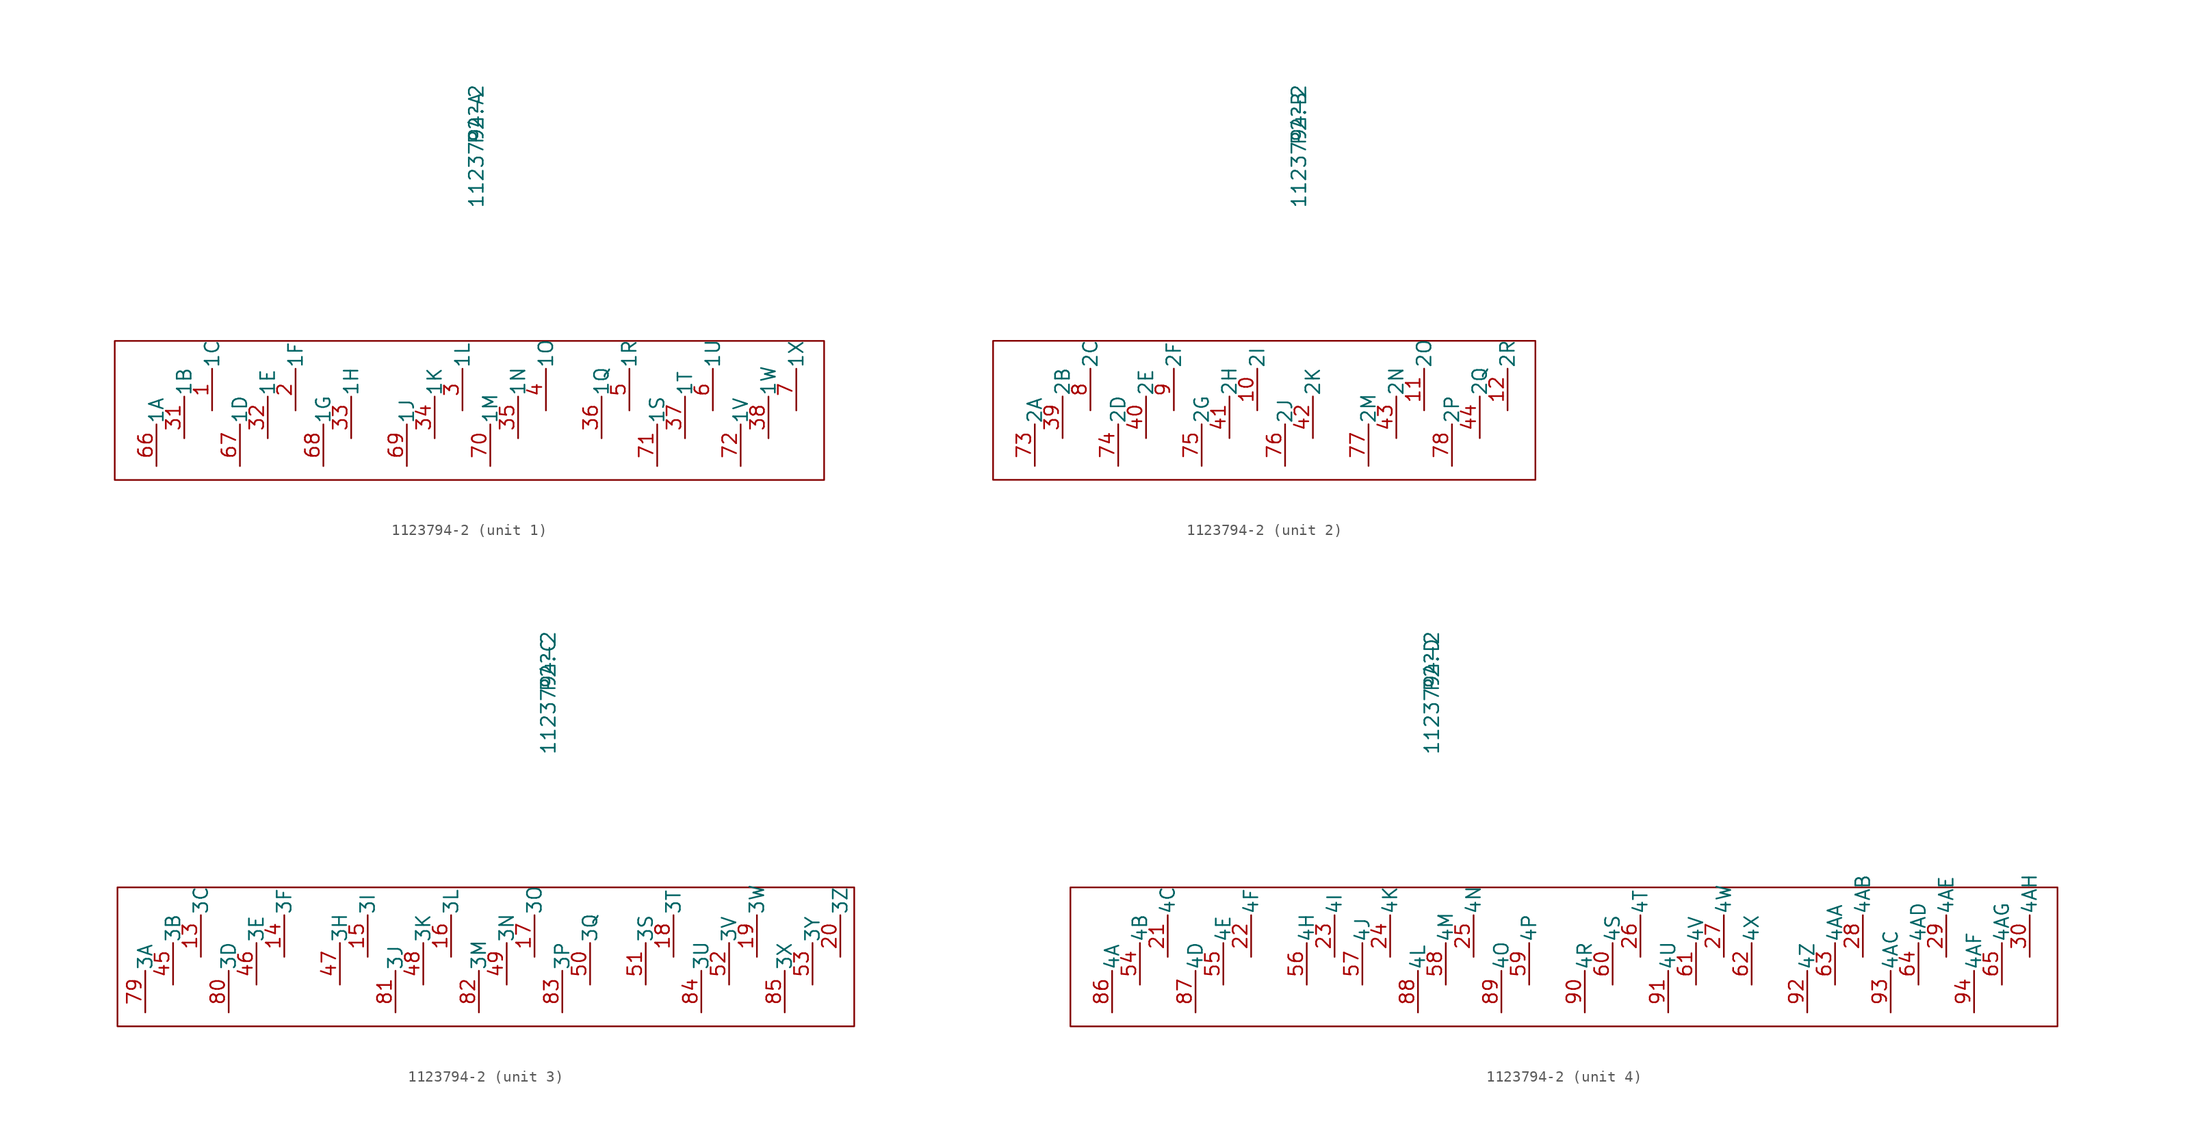
<source format=kicad_sym>
(kicad_symbol_lib
  (version 20211014)
  (generator kicad_symbol_editor)
  (symbol "1123794-2"
    (pin_names
      (offset 0.025))
    (property "Reference" "P2"
      (at 3.81 22.86 90)
      (effects (font (size 1.27 1.27))))
    (property "Value" "1123794-2"
      (at 3.81 20.32 90)
      (effects (font (size 1.27 1.27))))
    (symbol "1123794-2_1_0"
      (rectangle (start -29.21 2.54) (end 35.56 -10.16) (stroke (width 0) (type default) (color 0 0 0 0)) (fill (type none))))
    (symbol "1123794-2_1_1"
      (pin passive line (at -20.32 -3.81 90) (length 3.81) (name "1C" (effects (font (size 1.27 1.27)))) (number "1" (effects (font (size 1.27 1.27)))))
      (pin passive line (at -12.7 -3.81 90) (length 3.81) (name "1F" (effects (font (size 1.27 1.27)))) (number "2" (effects (font (size 1.27 1.27)))))
      (pin passive line (at 2.54 -3.81 90) (length 3.81) (name "1L" (effects (font (size 1.27 1.27)))) (number "3" (effects (font (size 1.27 1.27)))))
      (pin passive line (at -22.86 -6.35 90) (length 3.81) (name "1B" (effects (font (size 1.27 1.27)))) (number "31" (effects (font (size 1.27 1.27)))))
      (pin passive line (at -15.24 -6.35 90) (length 3.81) (name "1E" (effects (font (size 1.27 1.27)))) (number "32" (effects (font (size 1.27 1.27)))))
      (pin passive line (at -7.62 -6.35 90) (length 3.81) (name "1H" (effects (font (size 1.27 1.27)))) (number "33" (effects (font (size 1.27 1.27)))))
      (pin passive line (at 0 -6.35 90) (length 3.81) (name "1K" (effects (font (size 1.27 1.27)))) (number "34" (effects (font (size 1.27 1.27)))))
      (pin passive line (at 7.62 -6.35 90) (length 3.81) (name "1N" (effects (font (size 1.27 1.27)))) (number "35" (effects (font (size 1.27 1.27)))))
      (pin passive line (at 15.24 -6.35 90) (length 3.81) (name "1Q" (effects (font (size 1.27 1.27)))) (number "36" (effects (font (size 1.27 1.27)))))
      (pin passive line (at 22.86 -6.35 90) (length 3.81) (name "1T" (effects (font (size 1.27 1.27)))) (number "37" (effects (font (size 1.27 1.27)))))
      (pin passive line (at 30.48 -6.35 90) (length 3.81) (name "1W" (effects (font (size 1.27 1.27)))) (number "38" (effects (font (size 1.27 1.27)))))
      (pin passive line (at 10.16 -3.81 90) (length 3.81) (name "1O" (effects (font (size 1.27 1.27)))) (number "4" (effects (font (size 1.27 1.27)))))
      (pin passive line (at 17.78 -3.81 90) (length 3.81) (name "1R" (effects (font (size 1.27 1.27)))) (number "5" (effects (font (size 1.27 1.27)))))
      (pin passive line (at 25.4 -3.81 90) (length 3.81) (name "1U" (effects (font (size 1.27 1.27)))) (number "6" (effects (font (size 1.27 1.27)))))
      (pin passive line (at -25.4 -8.89 90) (length 3.81) (name "1A" (effects (font (size 1.27 1.27)))) (number "66" (effects (font (size 1.27 1.27)))))
      (pin passive line (at -17.78 -8.89 90) (length 3.81) (name "1D" (effects (font (size 1.27 1.27)))) (number "67" (effects (font (size 1.27 1.27)))))
      (pin passive line (at -10.16 -8.89 90) (length 3.81) (name "1G" (effects (font (size 1.27 1.27)))) (number "68" (effects (font (size 1.27 1.27)))))
      (pin passive line (at -2.54 -8.89 90) (length 3.81) (name "1J" (effects (font (size 1.27 1.27)))) (number "69" (effects (font (size 1.27 1.27)))))
      (pin passive line (at 33.02 -3.81 90) (length 3.81) (name "1X" (effects (font (size 1.27 1.27)))) (number "7" (effects (font (size 1.27 1.27)))))
      (pin passive line (at 5.08 -8.89 90) (length 3.81) (name "1M" (effects (font (size 1.27 1.27)))) (number "70" (effects (font (size 1.27 1.27)))))
      (pin passive line (at 20.32 -8.89 90) (length 3.81) (name "1S" (effects (font (size 1.27 1.27)))) (number "71" (effects (font (size 1.27 1.27)))))
      (pin passive line (at 27.94 -8.89 90) (length 3.81) (name "1V" (effects (font (size 1.27 1.27)))) (number "72" (effects (font (size 1.27 1.27))))))
    (symbol "1123794-2_2_0"
      (rectangle (start -24.13 2.54) (end 25.4 -10.16) (stroke (width 0) (type default) (color 0 0 0 0)) (fill (type none))))
    (symbol "1123794-2_2_1"
      (pin passive line (at 0 -3.81 90) (length 3.81) (name "2I" (effects (font (size 1.27 1.27)))) (number "10" (effects (font (size 1.27 1.27)))))
      (pin passive line (at 15.24 -3.81 90) (length 3.81) (name "2O" (effects (font (size 1.27 1.27)))) (number "11" (effects (font (size 1.27 1.27)))))
      (pin passive line (at 22.86 -3.81 90) (length 3.81) (name "2R" (effects (font (size 1.27 1.27)))) (number "12" (effects (font (size 1.27 1.27)))))
      (pin passive line (at -17.78 -6.35 90) (length 3.81) (name "2B" (effects (font (size 1.27 1.27)))) (number "39" (effects (font (size 1.27 1.27)))))
      (pin passive line (at -10.16 -6.35 90) (length 3.81) (name "2E" (effects (font (size 1.27 1.27)))) (number "40" (effects (font (size 1.27 1.27)))))
      (pin passive line (at -2.54 -6.35 90) (length 3.81) (name "2H" (effects (font (size 1.27 1.27)))) (number "41" (effects (font (size 1.27 1.27)))))
      (pin passive line (at 5.08 -6.35 90) (length 3.81) (name "2K" (effects (font (size 1.27 1.27)))) (number "42" (effects (font (size 1.27 1.27)))))
      (pin passive line (at 12.7 -6.35 90) (length 3.81) (name "2N" (effects (font (size 1.27 1.27)))) (number "43" (effects (font (size 1.27 1.27)))))
      (pin passive line (at 20.32 -6.35 90) (length 3.81) (name "2Q" (effects (font (size 1.27 1.27)))) (number "44" (effects (font (size 1.27 1.27)))))
      (pin passive line (at -20.32 -8.89 90) (length 3.81) (name "2A" (effects (font (size 1.27 1.27)))) (number "73" (effects (font (size 1.27 1.27)))))
      (pin passive line (at -12.7 -8.89 90) (length 3.81) (name "2D" (effects (font (size 1.27 1.27)))) (number "74" (effects (font (size 1.27 1.27)))))
      (pin passive line (at -5.08 -8.89 90) (length 3.81) (name "2G" (effects (font (size 1.27 1.27)))) (number "75" (effects (font (size 1.27 1.27)))))
      (pin passive line (at 2.54 -8.89 90) (length 3.81) (name "2J" (effects (font (size 1.27 1.27)))) (number "76" (effects (font (size 1.27 1.27)))))
      (pin passive line (at 10.16 -8.89 90) (length 3.81) (name "2M" (effects (font (size 1.27 1.27)))) (number "77" (effects (font (size 1.27 1.27)))))
      (pin passive line (at 17.78 -8.89 90) (length 3.81) (name "2P" (effects (font (size 1.27 1.27)))) (number "78" (effects (font (size 1.27 1.27)))))
      (pin passive line (at -15.24 -3.81 90) (length 3.81) (name "2C" (effects (font (size 1.27 1.27)))) (number "8" (effects (font (size 1.27 1.27)))))
      (pin passive line (at -7.62 -3.81 90) (length 3.81) (name "2F" (effects (font (size 1.27 1.27)))) (number "9" (effects (font (size 1.27 1.27))))))
    (symbol "1123794-2_3_0"
      (rectangle (start 31.75 -10.16) (end -35.56 2.54) (stroke (width 0) (type default) (color 0 0 0 0)) (fill (type none))))
    (symbol "1123794-2_3_1"
      (pin passive line (at -27.94 -3.81 90) (length 3.81) (name "3C" (effects (font (size 1.27 1.27)))) (number "13" (effects (font (size 1.27 1.27)))))
      (pin passive line (at -20.32 -3.81 90) (length 3.81) (name "3F" (effects (font (size 1.27 1.27)))) (number "14" (effects (font (size 1.27 1.27)))))
      (pin passive line (at -12.7 -3.81 90) (length 3.81) (name "3I" (effects (font (size 1.27 1.27)))) (number "15" (effects (font (size 1.27 1.27)))))
      (pin passive line (at -5.08 -3.81 90) (length 3.81) (name "3L" (effects (font (size 1.27 1.27)))) (number "16" (effects (font (size 1.27 1.27)))))
      (pin passive line (at 2.54 -3.81 90) (length 3.81) (name "3O" (effects (font (size 1.27 1.27)))) (number "17" (effects (font (size 1.27 1.27)))))
      (pin passive line (at 15.24 -3.81 90) (length 3.81) (name "3T" (effects (font (size 1.27 1.27)))) (number "18" (effects (font (size 1.27 1.27)))))
      (pin passive line (at 22.86 -3.81 90) (length 3.81) (name "3W" (effects (font (size 1.27 1.27)))) (number "19" (effects (font (size 1.27 1.27)))))
      (pin passive line (at 30.48 -3.81 90) (length 3.81) (name "3Z" (effects (font (size 1.27 1.27)))) (number "20" (effects (font (size 1.27 1.27)))))
      (pin passive line (at -30.48 -6.35 90) (length 3.81) (name "3B" (effects (font (size 1.27 1.27)))) (number "45" (effects (font (size 1.27 1.27)))))
      (pin passive line (at -22.86 -6.35 90) (length 3.81) (name "3E" (effects (font (size 1.27 1.27)))) (number "46" (effects (font (size 1.27 1.27)))))
      (pin passive line (at -15.24 -6.35 90) (length 3.81) (name "3H" (effects (font (size 1.27 1.27)))) (number "47" (effects (font (size 1.27 1.27)))))
      (pin passive line (at -7.62 -6.35 90) (length 3.81) (name "3K" (effects (font (size 1.27 1.27)))) (number "48" (effects (font (size 1.27 1.27)))))
      (pin passive line (at 0 -6.35 90) (length 3.81) (name "3N" (effects (font (size 1.27 1.27)))) (number "49" (effects (font (size 1.27 1.27)))))
      (pin passive line (at 7.62 -6.35 90) (length 3.81) (name "3Q" (effects (font (size 1.27 1.27)))) (number "50" (effects (font (size 1.27 1.27)))))
      (pin passive line (at 12.7 -6.35 90) (length 3.81) (name "3S" (effects (font (size 1.27 1.27)))) (number "51" (effects (font (size 1.27 1.27)))))
      (pin passive line (at 20.32 -6.35 90) (length 3.81) (name "3V" (effects (font (size 1.27 1.27)))) (number "52" (effects (font (size 1.27 1.27)))))
      (pin passive line (at 27.94 -6.35 90) (length 3.81) (name "3Y" (effects (font (size 1.27 1.27)))) (number "53" (effects (font (size 1.27 1.27)))))
      (pin passive line (at -33.02 -8.89 90) (length 3.81) (name "3A" (effects (font (size 1.27 1.27)))) (number "79" (effects (font (size 1.27 1.27)))))
      (pin passive line (at -25.4 -8.89 90) (length 3.81) (name "3D" (effects (font (size 1.27 1.27)))) (number "80" (effects (font (size 1.27 1.27)))))
      (pin passive line (at -10.16 -8.89 90) (length 3.81) (name "3J" (effects (font (size 1.27 1.27)))) (number "81" (effects (font (size 1.27 1.27)))))
      (pin passive line (at -2.54 -8.89 90) (length 3.81) (name "3M" (effects (font (size 1.27 1.27)))) (number "82" (effects (font (size 1.27 1.27)))))
      (pin passive line (at 5.08 -8.89 90) (length 3.81) (name "3P" (effects (font (size 1.27 1.27)))) (number "83" (effects (font (size 1.27 1.27)))))
      (pin passive line (at 17.78 -8.89 90) (length 3.81) (name "3U" (effects (font (size 1.27 1.27)))) (number "84" (effects (font (size 1.27 1.27)))))
      (pin passive line (at 25.4 -8.89 90) (length 3.81) (name "3X" (effects (font (size 1.27 1.27)))) (number "85" (effects (font (size 1.27 1.27))))))
    (symbol "1123794-2_4_0"
      (rectangle (start -29.21 2.54) (end 60.96 -10.16) (stroke (width 0) (type default) (color 0 0 0 0)) (fill (type none))))
    (symbol "1123794-2_4_1"
      (pin passive line (at -20.32 -3.81 90) (length 3.81) (name "4C" (effects (font (size 1.27 1.27)))) (number "21" (effects (font (size 1.27 1.27)))))
      (pin passive line (at -12.7 -3.81 90) (length 3.81) (name "4F" (effects (font (size 1.27 1.27)))) (number "22" (effects (font (size 1.27 1.27)))))
      (pin passive line (at -5.08 -3.81 90) (length 3.81) (name "4I" (effects (font (size 1.27 1.27)))) (number "23" (effects (font (size 1.27 1.27)))))
      (pin passive line (at 0 -3.81 90) (length 3.81) (name "4K" (effects (font (size 1.27 1.27)))) (number "24" (effects (font (size 1.27 1.27)))))
      (pin passive line (at 7.62 -3.81 90) (length 3.81) (name "4N" (effects (font (size 1.27 1.27)))) (number "25" (effects (font (size 1.27 1.27)))))
      (pin passive line (at 22.86 -3.81 90) (length 3.81) (name "4T" (effects (font (size 1.27 1.27)))) (number "26" (effects (font (size 1.27 1.27)))))
      (pin passive line (at 30.48 -3.81 90) (length 3.81) (name "4W" (effects (font (size 1.27 1.27)))) (number "27" (effects (font (size 1.27 1.27)))))
      (pin passive line (at 43.18 -3.81 90) (length 3.81) (name "4AB" (effects (font (size 1.27 1.27)))) (number "28" (effects (font (size 1.27 1.27)))))
      (pin passive line (at 50.8 -3.81 90) (length 3.81) (name "4AE" (effects (font (size 1.27 1.27)))) (number "29" (effects (font (size 1.27 1.27)))))
      (pin passive line (at 58.42 -3.81 90) (length 3.81) (name "4AH" (effects (font (size 1.27 1.27)))) (number "30" (effects (font (size 1.27 1.27)))))
      (pin passive line (at -22.86 -6.35 90) (length 3.81) (name "4B" (effects (font (size 1.27 1.27)))) (number "54" (effects (font (size 1.27 1.27)))))
      (pin passive line (at -15.24 -6.35 90) (length 3.81) (name "4E" (effects (font (size 1.27 1.27)))) (number "55" (effects (font (size 1.27 1.27)))))
      (pin passive line (at -7.62 -6.35 90) (length 3.81) (name "4H" (effects (font (size 1.27 1.27)))) (number "56" (effects (font (size 1.27 1.27)))))
      (pin passive line (at -2.54 -6.35 90) (length 3.81) (name "4J" (effects (font (size 1.27 1.27)))) (number "57" (effects (font (size 1.27 1.27)))))
      (pin passive line (at 5.08 -6.35 90) (length 3.81) (name "4M" (effects (font (size 1.27 1.27)))) (number "58" (effects (font (size 1.27 1.27)))))
      (pin passive line (at 12.7 -6.35 90) (length 3.81) (name "4P" (effects (font (size 1.27 1.27)))) (number "59" (effects (font (size 1.27 1.27)))))
      (pin passive line (at 20.32 -6.35 90) (length 3.81) (name "4S" (effects (font (size 1.27 1.27)))) (number "60" (effects (font (size 1.27 1.27)))))
      (pin passive line (at 27.94 -6.35 90) (length 3.81) (name "4V" (effects (font (size 1.27 1.27)))) (number "61" (effects (font (size 1.27 1.27)))))
      (pin passive line (at 33.02 -6.35 90) (length 3.81) (name "4X" (effects (font (size 1.27 1.27)))) (number "62" (effects (font (size 1.27 1.27)))))
      (pin passive line (at 40.64 -6.35 90) (length 3.81) (name "4AA" (effects (font (size 1.27 1.27)))) (number "63" (effects (font (size 1.27 1.27)))))
      (pin passive line (at 48.26 -6.35 90) (length 3.81) (name "4AD" (effects (font (size 1.27 1.27)))) (number "64" (effects (font (size 1.27 1.27)))))
      (pin passive line (at 55.88 -6.35 90) (length 3.81) (name "4AG" (effects (font (size 1.27 1.27)))) (number "65" (effects (font (size 1.27 1.27)))))
      (pin passive line (at -25.4 -8.89 90) (length 3.81) (name "4A" (effects (font (size 1.27 1.27)))) (number "86" (effects (font (size 1.27 1.27)))))
      (pin passive line (at -17.78 -8.89 90) (length 3.81) (name "4D" (effects (font (size 1.27 1.27)))) (number "87" (effects (font (size 1.27 1.27)))))
      (pin passive line (at 2.54 -8.89 90) (length 3.81) (name "4L" (effects (font (size 1.27 1.27)))) (number "88" (effects (font (size 1.27 1.27)))))
      (pin passive line (at 10.16 -8.89 90) (length 3.81) (name "4O" (effects (font (size 1.27 1.27)))) (number "89" (effects (font (size 1.27 1.27)))))
      (pin passive line (at 17.78 -8.89 90) (length 3.81) (name "4R" (effects (font (size 1.27 1.27)))) (number "90" (effects (font (size 1.27 1.27)))))
      (pin passive line (at 25.4 -8.89 90) (length 3.81) (name "4U" (effects (font (size 1.27 1.27)))) (number "91" (effects (font (size 1.27 1.27)))))
      (pin passive line (at 38.1 -8.89 90) (length 3.81) (name "4Z" (effects (font (size 1.27 1.27)))) (number "92" (effects (font (size 1.27 1.27)))))
      (pin passive line (at 45.72 -8.89 90) (length 3.81) (name "4AC" (effects (font (size 1.27 1.27)))) (number "93" (effects (font (size 1.27 1.27)))))
      (pin passive line (at 53.34 -8.89 90) (length 3.81) (name "4AF" (effects (font (size 1.27 1.27)))) (number "94" (effects (font (size 1.27 1.27))))))))
</source>
